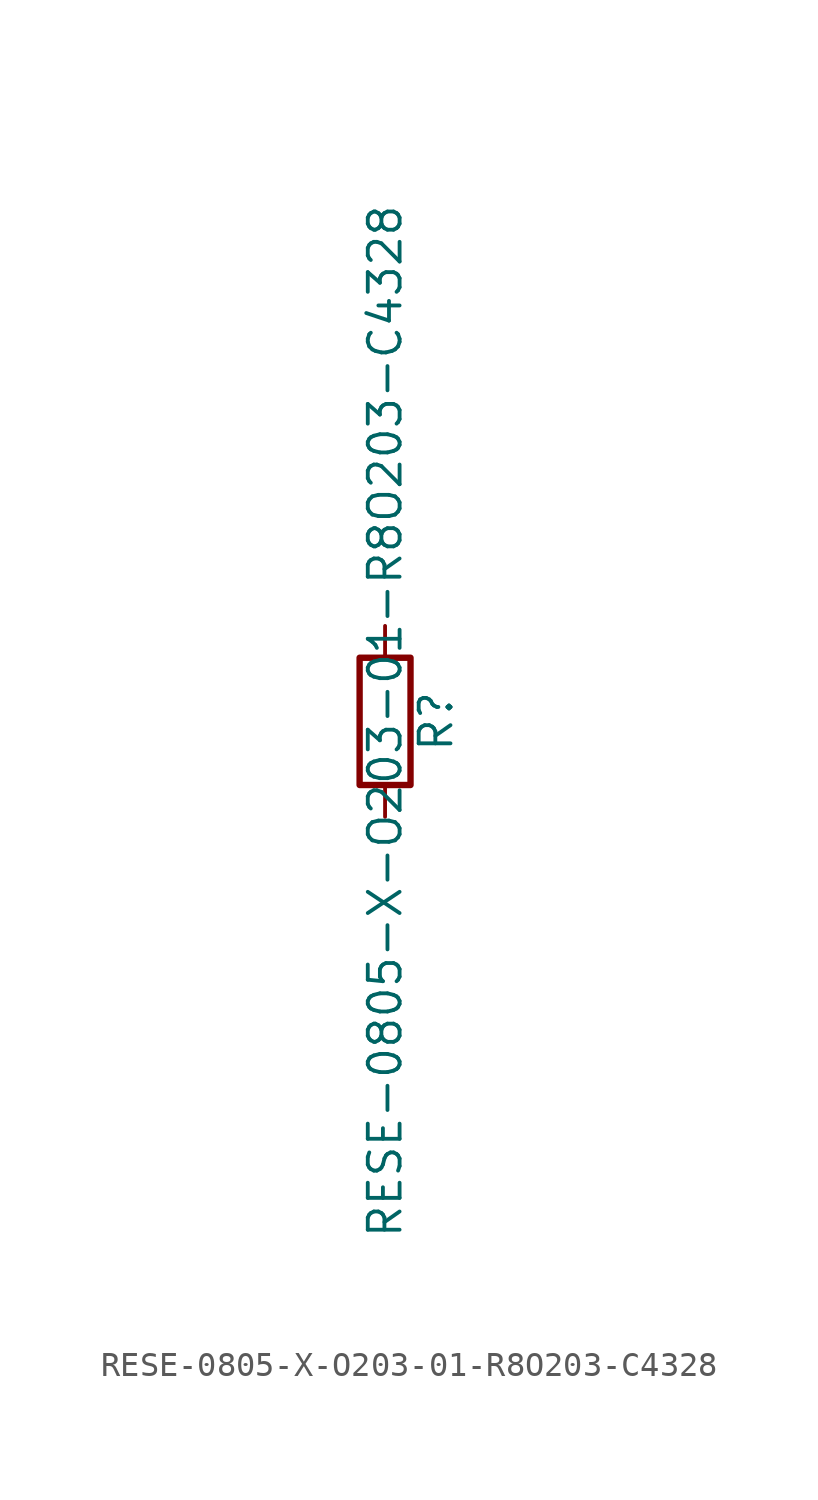
<source format=kicad_sym>
(kicad_symbol_lib
  (version 20211014)
  (generator kicad_symbol_editor)
  (symbol "RESE-0805-X-O203-01-R8O203-C4328"
    (pin_numbers hide)
    (pin_names
      (offset 0))
    (property "Reference" "R"
      (at 2.032 0 90)
      (effects (font (size 1.27 1.27))))
    (property "Value" "RESE-0805-X-O203-01-R8O203-C4328"
      (at 0 0 90)
      (effects (font (size 1.27 1.27))))
    (symbol "RESE-0805-X-O203-01-R8O203-C4328_0_1"
      (rectangle (start -1.016 -2.54) (end 1.016 2.54) (stroke (width 0.254) (type default) (color 0 0 0 0)) (fill (type none))))
    (symbol "RESE-0805-X-O203-01-R8O203-C4328_1_1"
      (pin passive line (at 0 3.81 270) (length 1.27) (name "~" (effects (font (size 1.27 1.27)))) (number "1" (effects (font (size 1.27 1.27)))))
      (pin passive line (at 0 -3.81 90) (length 1.27) (name "~" (effects (font (size 1.27 1.27)))) (number "2" (effects (font (size 1.27 1.27))))))))
</source>
